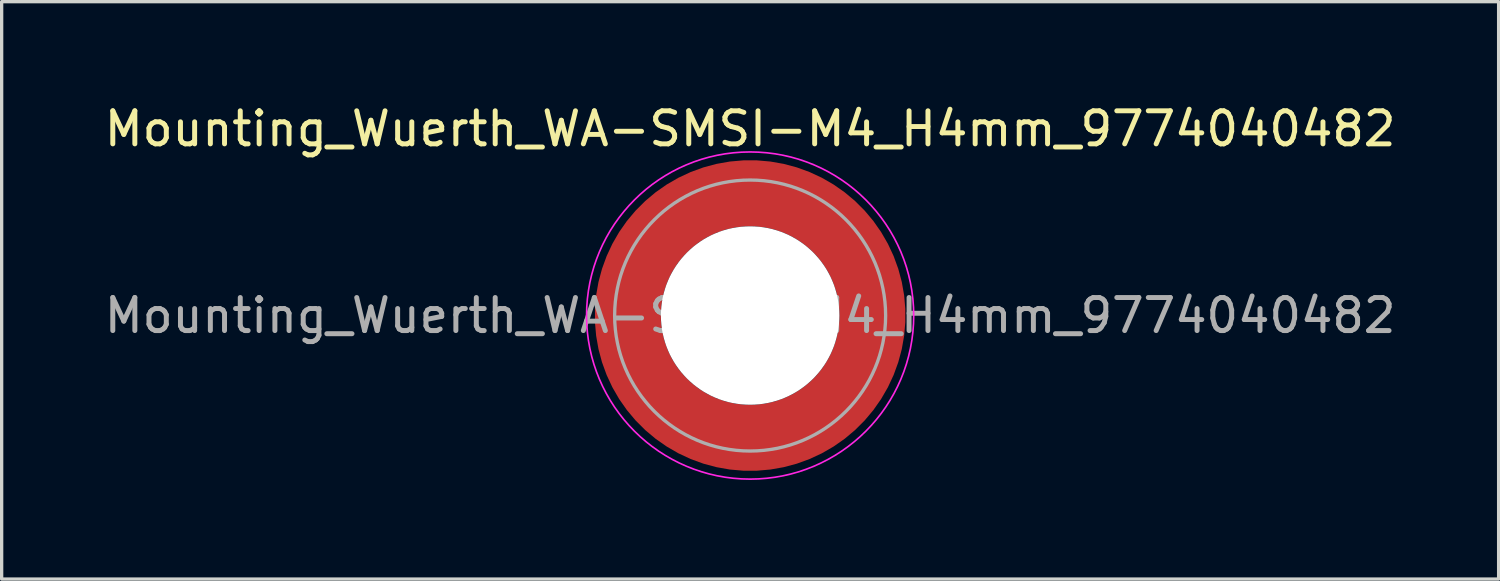
<source format=kicad_pcb>
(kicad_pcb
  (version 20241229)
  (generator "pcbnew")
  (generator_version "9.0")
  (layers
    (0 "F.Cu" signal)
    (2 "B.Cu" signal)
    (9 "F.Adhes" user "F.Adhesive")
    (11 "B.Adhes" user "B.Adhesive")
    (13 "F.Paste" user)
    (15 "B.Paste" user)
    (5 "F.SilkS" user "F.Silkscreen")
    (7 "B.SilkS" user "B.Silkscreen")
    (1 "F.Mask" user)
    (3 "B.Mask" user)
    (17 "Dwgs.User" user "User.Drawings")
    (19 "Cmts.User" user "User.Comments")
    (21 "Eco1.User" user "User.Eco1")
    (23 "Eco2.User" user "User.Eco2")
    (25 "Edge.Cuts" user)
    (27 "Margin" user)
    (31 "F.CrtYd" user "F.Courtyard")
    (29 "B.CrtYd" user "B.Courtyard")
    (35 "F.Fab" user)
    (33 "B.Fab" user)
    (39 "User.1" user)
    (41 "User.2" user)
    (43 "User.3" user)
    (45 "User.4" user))
  (footprint "Mounting_Wuerth_WA-SMSI-M4_H4mm_9774040482"
    (layer "F.Cu")
    (at 19.649 6.498)
    (property "Reference" "Mounting_Wuerth_WA-SMSI-M4_H4mm_9774040482" (at 0 -5.65 0) (layer "F.SilkS") (effects (font (size 1 1) (thickness 0.15))))
    (attr smd allow_soldermask_bridges)
    (fp_circle (center 0 0) (end 4.95 0) (stroke (width 0.05) (type solid)) (fill no) (layer "F.CrtYd"))
    (fp_circle (center 0 0) (end 4.1 0) (stroke (width 0.1) (type solid)) (fill no) (layer "F.Fab"))
    (fp_text user "${REFERENCE}" (at 0 0 0) (layer "F.Fab") (effects (font (size 1 1) (thickness 0.15))))
    (pad "" smd custom (at -2.607 -2.607) (size 0.948 0.948) (layers "F.Paste") (options (anchor circle)) (primitives (gr_arc (start -0.188183 2.107456) (mid 0.599273 0.599273) (end 2.107456 -0.188183) (width 0.2)) (gr_arc (start -0.289416 2.107456) (mid 0.52877 0.52877) (end 2.107456 -0.289416) (width 0.2)) (gr_arc (start -0.390547 2.107456) (mid 0.458268 0.458268) (end 2.107456 -0.390547) (width 0.2)) (gr_arc (start -0.491585 2.107456) (mid 0.387765 0.387765) (end 2.107456 -0.491585) (width 0.2)) (gr_arc (start -0.59254 2.107456) (mid 0.317262 0.317262) (end 2.107456 -0.59254) (width 0.2)) (gr_arc (start -0.693419 2.107456) (mid 0.246759 0.246759) (end 2.107456 -0.693419) (width 0.2)) (gr_arc (start -0.794229 2.107456) (mid 0.176257 0.176257) (end 2.107456 -0.794229) (width 0.2)) (gr_arc (start -0.894975 2.107456) (mid 0.105754 0.105754) (end 2.107456 -0.894975) (width 0.2)) (gr_arc (start -0.995664 2.107456) (mid 0.035251 0.035251) (end 2.107456 -0.995664) (width 0.2)) (gr_arc (start -1.0963 2.107456) (mid -0.035251 -0.035251) (end 2.107456 -1.0963) (width 0.2)) (gr_arc (start -1.196886 2.107456) (mid -0.105754 -0.105754) (end 2.107456 -1.196886) (width 0.2)) (gr_arc (start -1.297427 2.107456) (mid -0.176257 -0.176257) (end 2.107456 -1.297427) (width 0.2)) (gr_arc (start -1.397927 2.107456) (mid -0.246759 -0.246759) (end 2.107456 -1.397927) (width 0.2)) (gr_arc (start -1.498388 2.107456) (mid -0.317262 -0.317262) (end 2.107456 -1.498388) (width 0.2)) (gr_arc (start -1.598813 2.107456) (mid -0.387765 -0.387765) (end 2.107456 -1.598813) (width 0.2)) (gr_arc (start -1.699204 2.107456) (mid -0.458268 -0.458268) (end 2.107456 -1.699204) (width 0.2)) (gr_arc (start -1.799565 2.107456) (mid -0.52877 -0.52877) (end 2.107456 -1.799565) (width 0.2)) (gr_arc (start -1.899896 2.107456) (mid -0.599273 -0.599273) (end 2.107456 -1.899896) (width 0.2)) (gr_arc (start -1.899896 2.107456) (mid -0.599273 -0.599273) (end 2.107456 -1.899896) (width 0.2)) (gr_line (start 2.107 -0.188) (end 2.107 -1.9) (width 0.2)) (gr_line (start -0.188 2.107) (end -1.9 2.107) (width 0.2))))
    (pad "" smd custom (at -2.607 2.607) (size 0.948 0.948) (layers "F.Paste") (options (anchor circle)) (primitives (gr_arc (start 2.107456 0.188183) (mid 0.599273 -0.599273) (end -0.188183 -2.107456) (width 0.2)) (gr_arc (start 2.107456 0.289416) (mid 0.52877 -0.52877) (end -0.289416 -2.107456) (width 0.2)) (gr_arc (start 2.107456 0.390547) (mid 0.458268 -0.458268) (end -0.390547 -2.107456) (width 0.2)) (gr_arc (start 2.107456 0.491585) (mid 0.387765 -0.387765) (end -0.491585 -2.107456) (width 0.2)) (gr_arc (start 2.107456 0.59254) (mid 0.317262 -0.317262) (end -0.59254 -2.107456) (width 0.2)) (gr_arc (start 2.107456 0.693419) (mid 0.246759 -0.246759) (end -0.693419 -2.107456) (width 0.2)) (gr_arc (start 2.107456 0.794229) (mid 0.176257 -0.176257) (end -0.794229 -2.107456) (width 0.2)) (gr_arc (start 2.107456 0.894975) (mid 0.105754 -0.105754) (end -0.894975 -2.107456) (width 0.2)) (gr_arc (start 2.107456 0.995664) (mid 0.035251 -0.035251) (end -0.995664 -2.107456) (width 0.2)) (gr_arc (start 2.107456 1.0963) (mid -0.035251 0.035251) (end -1.0963 -2.107456) (width 0.2)) (gr_arc (start 2.107456 1.196886) (mid -0.105754 0.105754) (end -1.196886 -2.107456) (width 0.2)) (gr_arc (start 2.107456 1.297427) (mid -0.176257 0.176257) (end -1.297427 -2.107456) (width 0.2)) (gr_arc (start 2.107456 1.397927) (mid -0.246759 0.246759) (end -1.397927 -2.107456) (width 0.2)) (gr_arc (start 2.107456 1.498388) (mid -0.317262 0.317262) (end -1.498388 -2.107456) (width 0.2)) (gr_arc (start 2.107456 1.598813) (mid -0.387765 0.387765) (end -1.598813 -2.107456) (width 0.2)) (gr_arc (start 2.107456 1.699204) (mid -0.458268 0.458268) (end -1.699204 -2.107456) (width 0.2)) (gr_arc (start 2.107456 1.799565) (mid -0.52877 0.52877) (end -1.799565 -2.107456) (width 0.2)) (gr_arc (start 2.107456 1.899896) (mid -0.599273 0.599273) (end -1.899896 -2.107456) (width 0.2)) (gr_arc (start 2.107456 1.899896) (mid -0.599273 0.599273) (end -1.899896 -2.107456) (width 0.2)) (gr_line (start -0.188 -2.107) (end -1.9 -2.107) (width 0.2)) (gr_line (start 2.107 0.188) (end 2.107 1.9) (width 0.2))))
    (pad "" np_thru_hole circle (at 0 0) (size 5.4 5.4) (drill 5.4) (layers "*.Cu" "*.Mask"))
    (pad "" smd custom (at 2.607 -2.607) (size 0.948 0.948) (layers "F.Paste") (options (anchor circle)) (primitives (gr_arc (start -2.107456 -0.188183) (mid -0.599273 0.599273) (end 0.188183 2.107456) (width 0.2)) (gr_arc (start -2.107456 -0.289416) (mid -0.52877 0.52877) (end 0.289416 2.107456) (width 0.2)) (gr_arc (start -2.107456 -0.390547) (mid -0.458268 0.458268) (end 0.390547 2.107456) (width 0.2)) (gr_arc (start -2.107456 -0.491585) (mid -0.387765 0.387765) (end 0.491585 2.107456) (width 0.2)) (gr_arc (start -2.107456 -0.59254) (mid -0.317262 0.317262) (end 0.59254 2.107456) (width 0.2)) (gr_arc (start -2.107456 -0.693419) (mid -0.246759 0.246759) (end 0.693419 2.107456) (width 0.2)) (gr_arc (start -2.107456 -0.794229) (mid -0.176257 0.176257) (end 0.794229 2.107456) (width 0.2)) (gr_arc (start -2.107456 -0.894975) (mid -0.105754 0.105754) (end 0.894975 2.107456) (width 0.2)) (gr_arc (start -2.107456 -0.995664) (mid -0.035251 0.035251) (end 0.995664 2.107456) (width 0.2)) (gr_arc (start -2.107456 -1.0963) (mid 0.035251 -0.035251) (end 1.0963 2.107456) (width 0.2)) (gr_arc (start -2.107456 -1.196886) (mid 0.105754 -0.105754) (end 1.196886 2.107456) (width 0.2)) (gr_arc (start -2.107456 -1.297427) (mid 0.176257 -0.176257) (end 1.297427 2.107456) (width 0.2)) (gr_arc (start -2.107456 -1.397927) (mid 0.246759 -0.246759) (end 1.397927 2.107456) (width 0.2)) (gr_arc (start -2.107456 -1.498388) (mid 0.317262 -0.317262) (end 1.498388 2.107456) (width 0.2)) (gr_arc (start -2.107456 -1.598813) (mid 0.387765 -0.387765) (end 1.598813 2.107456) (width 0.2)) (gr_arc (start -2.107456 -1.699204) (mid 0.458268 -0.458268) (end 1.699204 2.107456) (width 0.2)) (gr_arc (start -2.107456 -1.799565) (mid 0.52877 -0.52877) (end 1.799565 2.107456) (width 0.2)) (gr_arc (start -2.107456 -1.899896) (mid 0.599273 -0.599273) (end 1.899896 2.107456) (width 0.2)) (gr_arc (start -2.107456 -1.899896) (mid 0.599273 -0.599273) (end 1.899896 2.107456) (width 0.2)) (gr_line (start 0.188 2.107) (end 1.9 2.107) (width 0.2)) (gr_line (start -2.107 -0.188) (end -2.107 -1.9) (width 0.2))))
    (pad "" smd custom (at 2.607 2.607) (size 0.948 0.948) (layers "F.Paste") (options (anchor circle)) (primitives (gr_arc (start 0.188183 -2.107456) (mid -0.599273 -0.599273) (end -2.107456 0.188183) (width 0.2)) (gr_arc (start 0.289416 -2.107456) (mid -0.52877 -0.52877) (end -2.107456 0.289416) (width 0.2)) (gr_arc (start 0.390547 -2.107456) (mid -0.458268 -0.458268) (end -2.107456 0.390547) (width 0.2)) (gr_arc (start 0.491585 -2.107456) (mid -0.387765 -0.387765) (end -2.107456 0.491585) (width 0.2)) (gr_arc (start 0.59254 -2.107456) (mid -0.317262 -0.317262) (end -2.107456 0.59254) (width 0.2)) (gr_arc (start 0.693419 -2.107456) (mid -0.246759 -0.246759) (end -2.107456 0.693419) (width 0.2)) (gr_arc (start 0.794229 -2.107456) (mid -0.176257 -0.176257) (end -2.107456 0.794229) (width 0.2)) (gr_arc (start 0.894975 -2.107456) (mid -0.105754 -0.105754) (end -2.107456 0.894975) (width 0.2)) (gr_arc (start 0.995664 -2.107456) (mid -0.035251 -0.035251) (end -2.107456 0.995664) (width 0.2)) (gr_arc (start 1.0963 -2.107456) (mid 0.035251 0.035251) (end -2.107456 1.0963) (width 0.2)) (gr_arc (start 1.196886 -2.107456) (mid 0.105754 0.105754) (end -2.107456 1.196886) (width 0.2)) (gr_arc (start 1.297427 -2.107456) (mid 0.176257 0.176257) (end -2.107456 1.297427) (width 0.2)) (gr_arc (start 1.397927 -2.107456) (mid 0.246759 0.246759) (end -2.107456 1.397927) (width 0.2)) (gr_arc (start 1.498388 -2.107456) (mid 0.317262 0.317262) (end -2.107456 1.498388) (width 0.2)) (gr_arc (start 1.598813 -2.107456) (mid 0.387765 0.387765) (end -2.107456 1.598813) (width 0.2)) (gr_arc (start 1.699204 -2.107456) (mid 0.458268 0.458268) (end -2.107456 1.699204) (width 0.2)) (gr_arc (start 1.799565 -2.107456) (mid 0.52877 0.52877) (end -2.107456 1.799565) (width 0.2)) (gr_arc (start 1.899896 -2.107456) (mid 0.599273 0.599273) (end -2.107456 1.899896) (width 0.2)) (gr_arc (start 1.899896 -2.107456) (mid 0.599273 0.599273) (end -2.107456 1.899896) (width 0.2)) (gr_line (start -2.107 0.188) (end -2.107 1.9) (width 0.2)) (gr_line (start 0.188 -2.107) (end 1.9 -2.107) (width 0.2))))
    (pad "1" smd circle (at -3.7 0) (size 1.492 1.492) (layers "F.Cu"))
    (pad "1" smd circle (at 0 -3.7) (size 1.492 1.492) (layers "F.Cu"))
    (pad "1" smd circle (at 0 3.7) (size 1.492 1.492) (layers "F.Cu"))
    (pad "1" smd custom (at 3.7 0) (size 2 2) (layers "F.Cu" "F.Mask") (options (anchor circle)) (primitives (gr_circle (center -3.7 0) (end 0 0) (width 2) (fill no)))))
  (gr_rect
    (start -3 -3)
    (end 42.298 14.473)
    (stroke (width 0.1) (type default))
    (fill no)
    (layer "Edge.Cuts")))
</source>
